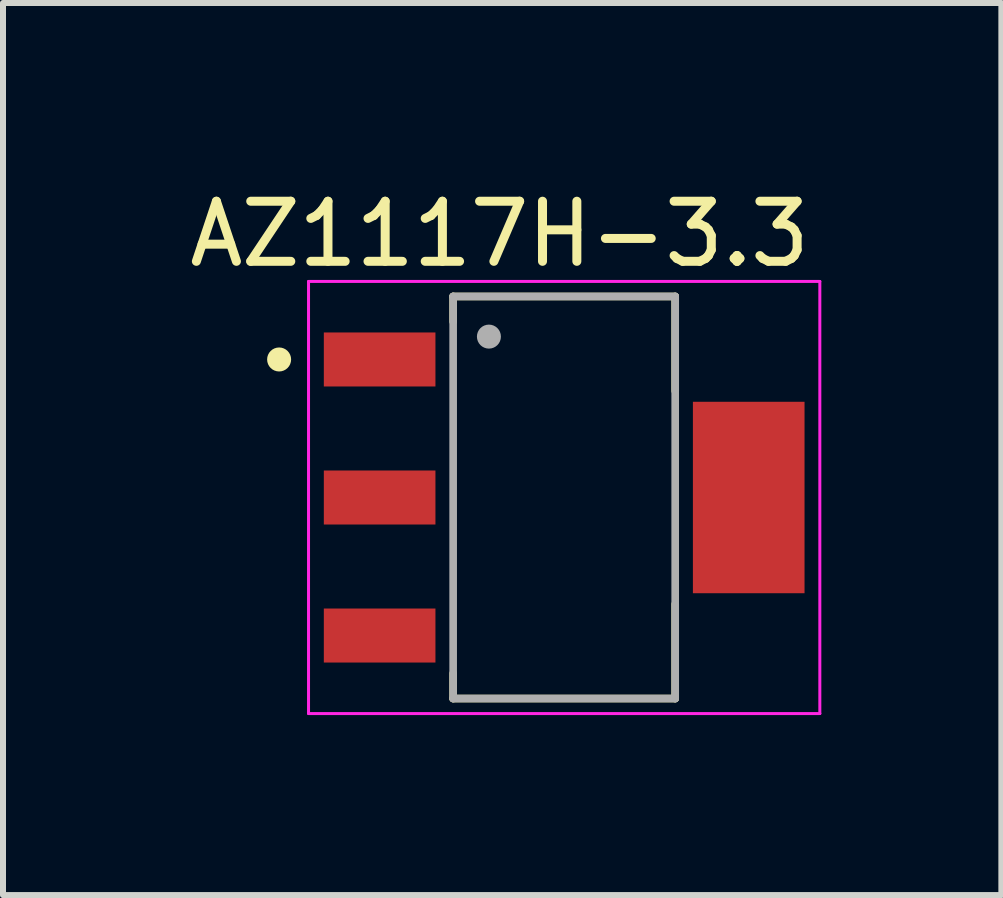
<source format=kicad_pcb>
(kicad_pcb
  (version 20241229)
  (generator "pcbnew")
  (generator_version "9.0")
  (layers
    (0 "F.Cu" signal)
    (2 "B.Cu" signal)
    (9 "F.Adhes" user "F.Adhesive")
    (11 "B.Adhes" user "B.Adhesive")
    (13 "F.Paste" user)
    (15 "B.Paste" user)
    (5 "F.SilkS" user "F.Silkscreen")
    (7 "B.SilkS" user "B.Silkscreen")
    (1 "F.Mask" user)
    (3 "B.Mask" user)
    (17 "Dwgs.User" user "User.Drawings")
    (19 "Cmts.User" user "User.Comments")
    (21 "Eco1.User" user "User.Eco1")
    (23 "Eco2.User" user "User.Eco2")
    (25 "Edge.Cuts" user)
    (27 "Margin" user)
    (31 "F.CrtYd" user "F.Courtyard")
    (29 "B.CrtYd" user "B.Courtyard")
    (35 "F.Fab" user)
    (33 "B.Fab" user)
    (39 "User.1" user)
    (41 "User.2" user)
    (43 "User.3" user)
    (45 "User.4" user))
  (footprint "AZ1117H-3.3"
    (layer "F.Cu")
    (at 6.351 5.24)
    (property "Reference" "AZ1117H-3.3" (at -1.076 -4.391 0) (layer "F.SilkS") (effects (font (size 1.001 1.001) (thickness 0.15))))
    (attr through_hole)
    (fp_line (start -1.85 -3.35) (end 1.85 -3.35) (stroke (width 0.127) (type solid)) (layer "F.SilkS"))
    (fp_line (start -1.85 -2.93) (end -1.85 -3.35) (stroke (width 0.127) (type solid)) (layer "F.SilkS"))
    (fp_line (start -1.85 2.93) (end -1.85 3.35) (stroke (width 0.127) (type solid)) (layer "F.SilkS"))
    (fp_line (start -1.85 3.35) (end 1.85 3.35) (stroke (width 0.127) (type solid)) (layer "F.SilkS"))
    (fp_line (start 1.85 -3.35) (end 1.85 -1.775) (stroke (width 0.127) (type solid)) (layer "F.SilkS"))
    (fp_line (start 1.85 3.35) (end 1.85 1.775) (stroke (width 0.127) (type solid)) (layer "F.SilkS"))
    (fp_circle (center -4.75 -2.3) (end -4.65 -2.3) (stroke (width 0.2) (type solid)) (fill no) (layer "F.SilkS"))
    (fp_line (start -4.26 -3.6) (end 4.26 -3.6) (stroke (width 0.05) (type solid)) (layer "F.CrtYd"))
    (fp_line (start -4.26 3.6) (end -4.26 -3.6) (stroke (width 0.05) (type solid)) (layer "F.CrtYd"))
    (fp_line (start 4.26 -3.6) (end 4.26 3.6) (stroke (width 0.05) (type solid)) (layer "F.CrtYd"))
    (fp_line (start 4.26 3.6) (end -4.26 3.6) (stroke (width 0.05) (type solid)) (layer "F.CrtYd"))
    (fp_line (start -1.85 -3.35) (end 1.85 -3.35) (stroke (width 0.127) (type solid)) (layer "F.Fab"))
    (fp_line (start -1.85 3.35) (end -1.85 -3.35) (stroke (width 0.127) (type solid)) (layer "F.Fab"))
    (fp_line (start 1.85 -3.35) (end 1.85 3.35) (stroke (width 0.127) (type solid)) (layer "F.Fab"))
    (fp_line (start 1.85 3.35) (end -1.85 3.35) (stroke (width 0.127) (type solid)) (layer "F.Fab"))
    (fp_circle (center -1.254 -2.681) (end -1.154 -2.681) (stroke (width 0.2) (type solid)) (fill no) (layer "F.Fab"))
    (pad "1" smd rect (at -3.075 -2.3) (size 1.86 0.9) (layers "F.Cu" "F.Mask" "F.Paste"))
    (pad "2" smd rect (at -3.075 0) (size 1.86 0.9) (layers "F.Cu" "F.Mask" "F.Paste"))
    (pad "3" smd rect (at -3.075 2.3) (size 1.86 0.9) (layers "F.Cu" "F.Mask" "F.Paste"))
    (pad "4" smd rect (at 3.075 0) (size 1.86 3.19) (layers "F.Cu" "F.Mask" "F.Paste")))
  (gr_rect
    (start -3 -3)
    (end 13.636 11.865)
    (stroke (width 0.1) (type default))
    (fill no)
    (layer "Edge.Cuts")))
</source>
